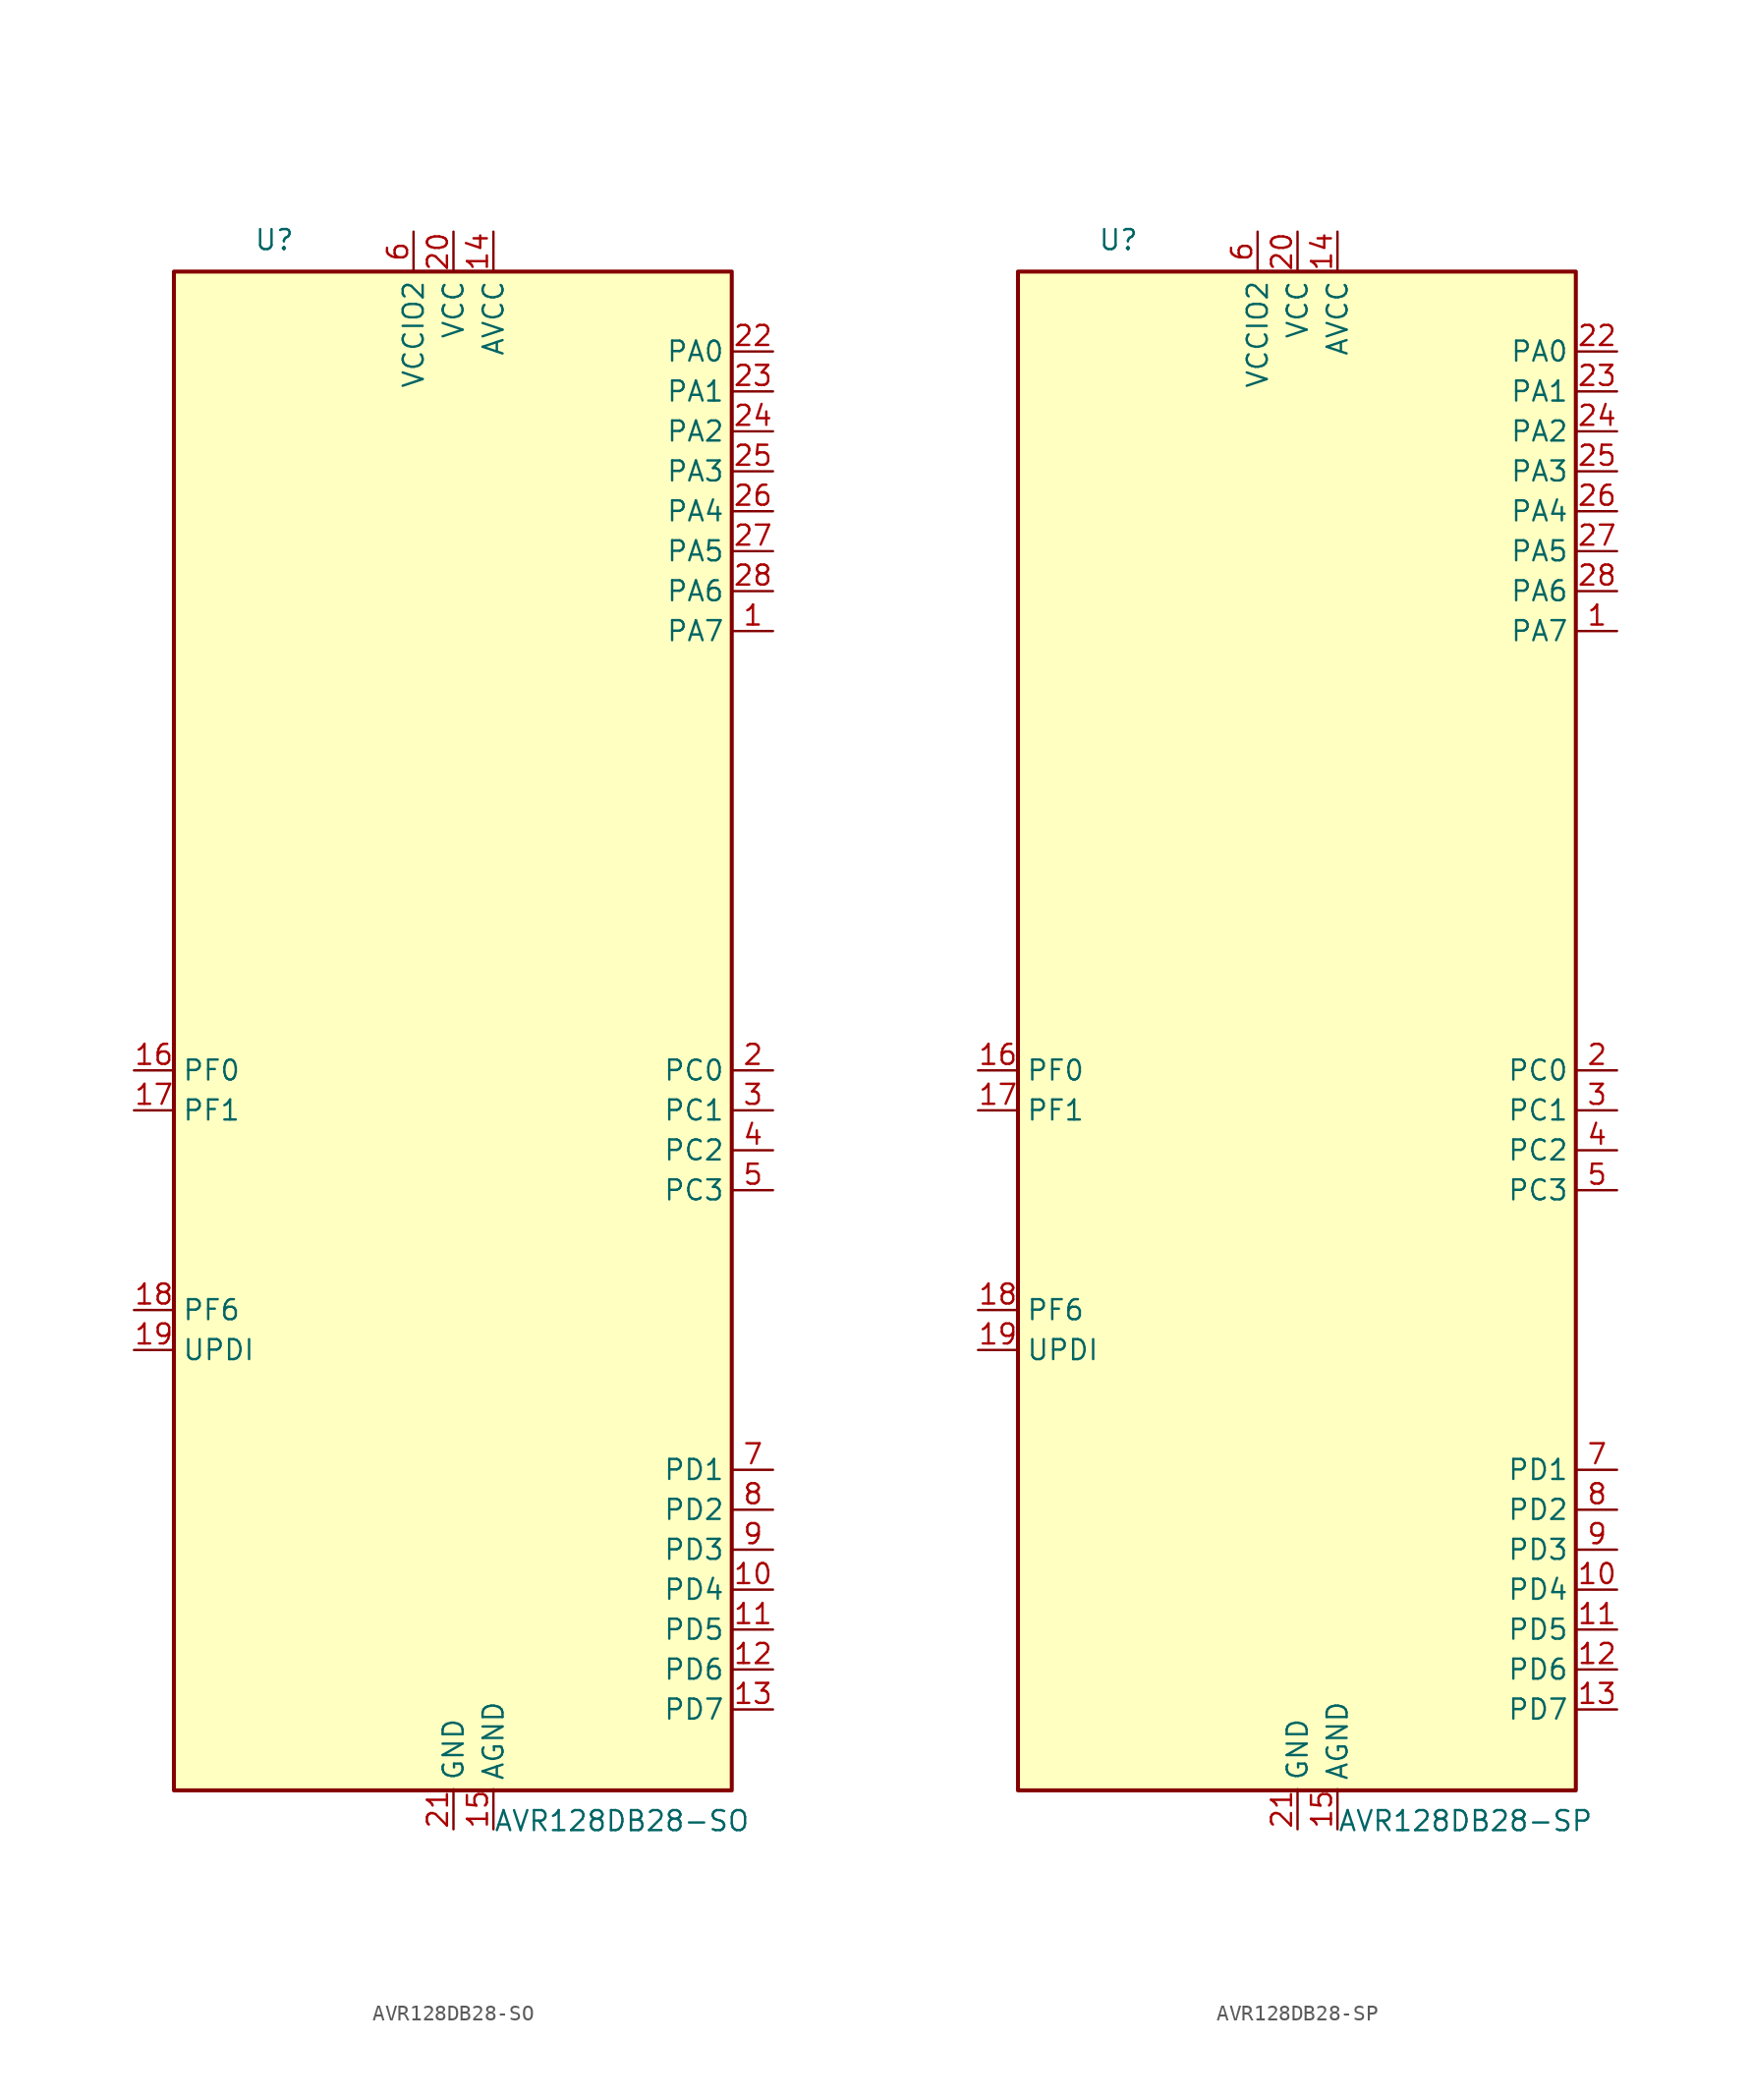
<source format=kicad_sym>
(kicad_symbol_lib
  (version 20211014)
  (generator kicad_symbol_editor)
  (symbol "AVR128DB28-SO"
    (property "Reference" "U"
      (at -12.7 49.53 0)
      (effects (font (size 1.27 1.27)) (justify left bottom)))
    (property "Value" "AVR128DB28-SO"
      (at 2.54 -49.53 0)
      (effects (font (size 1.27 1.27)) (justify left top)))
    (symbol "AVR128DB28-SO_0_1"
      (rectangle (start -17.78 48.26) (end 17.699 -48.327) (stroke (width 0.254) (type default) (color 0 0 0 0)) (fill (type background))))
    (symbol "AVR128DB28-SO_1_1"
      (pin bidirectional line (at 20.32 25.4 180) (length 2.54) (name "PA7" (effects (font (size 1.27 1.27)))) (number "1" (effects (font (size 1.27 1.27)))) (alternate "AC0-OUT" output line) (alternate "AC1-OUT" output line) (alternate "AC2-OUT" output line) (alternate "CLKOUT" output line) (alternate "EVOUTA(1)" output line) (alternate "SPI0-~{SS}" bidirectional line) (alternate "TCD0-WOD" output line) (alternate "USART0-XDIR(1)" output line) (alternate "ZCD0-OUT" output line) (alternate "ZCD1-OUT" output line) (alternate "ZDC2-OUT" output line))
      (pin bidirectional line (at 20.32 -35.56 180) (length 2.54) (name "PD4" (effects (font (size 1.27 1.27)))) (number "10" (effects (font (size 1.27 1.27)))) (alternate "AC1-AINP2" input line) (alternate "AC2-AINP1" input line) (alternate "ADC0-AIN4" input line) (alternate "OP1-INP" input line) (alternate "TCA0-WO4(3)" output line))
      (pin bidirectional line (at 20.32 -38.1 180) (length 2.54) (name "PD5" (effects (font (size 1.27 1.27)))) (number "11" (effects (font (size 1.27 1.27)))) (alternate "AC1-AINN0" input line) (alternate "ADC0-AIN5" input line) (alternate "OP1-OUT" output line) (alternate "TCA0-WO5(3)" output line))
      (pin bidirectional line (at 20.32 -40.64 180) (length 2.54) (name "PD6" (effects (font (size 1.27 1.27)))) (number "12" (effects (font (size 1.27 1.27)))) (alternate "AC0-AINP3" input line) (alternate "AC1-AINP3" input line) (alternate "AC2-AINP3" input line) (alternate "ADC0-AIN6" input line) (alternate "DAC0-OUT" output line) (alternate "LUT2-OUT(1)" output line))
      (pin bidirectional line (at 20.32 -43.18 180) (length 2.54) (name "PD7" (effects (font (size 1.27 1.27)))) (number "13" (effects (font (size 1.27 1.27)))) (alternate "AC0-AINN2" input line) (alternate "AC1-AINN2" input line) (alternate "AC2-AINN0/2" input line) (alternate "ADC0-AIN7" input line) (alternate "EVOUTD(1)" output line) (alternate "OP1-INN" input line) (alternate "VREFA" input line))
      (pin power_in line (at 2.54 50.8 270) (length 2.54) (name "AVCC" (effects (font (size 1.27 1.27)))) (number "14" (effects (font (size 1.27 1.27)))))
      (pin power_in line (at 2.54 -50.8 90) (length 2.54) (name "AGND" (effects (font (size 1.27 1.27)))) (number "15" (effects (font (size 1.27 1.27)))))
      (pin bidirectional line (at -20.32 -2.54 0) (length 2.54) (name "PF0" (effects (font (size 1.27 1.27)))) (number "16" (effects (font (size 1.27 1.27)))) (alternate "ADC0-AIN16(P)" input line) (alternate "LUT3-IN0" input line) (alternate "TCA0-WO0(5)" output line) (alternate "TCD0-WOA(2)" output line) (alternate "USART2-TXD" bidirectional line) (alternate "XTAL32K1" passive line))
      (pin bidirectional line (at -20.32 -5.08 0) (length 2.54) (name "PF1" (effects (font (size 1.27 1.27)))) (number "17" (effects (font (size 1.27 1.27)))) (alternate "ADC0-AIN17(P)" input line) (alternate "LUT3-IN1" input line) (alternate "TCA0-WO1(5)" output line) (alternate "TCD0-WOB(2)" output line) (alternate "USART2-RXD" input line) (alternate "XTAL32K2" passive line))
      (pin input line (at -20.32 -17.78 0) (length 2.54) (name "PF6" (effects (font (size 1.27 1.27)))) (number "18" (effects (font (size 1.27 1.27)))) (alternate "~{RESET}" input line))
      (pin bidirectional line (at -20.32 -20.32 0) (length 2.54) (name "UPDI" (effects (font (size 1.27 1.27)))) (number "19" (effects (font (size 1.27 1.27)))))
      (pin bidirectional line (at 20.32 -2.54 180) (length 2.54) (name "PC0" (effects (font (size 1.27 1.27)))) (number "2" (effects (font (size 1.27 1.27)))) (alternate "LUT1-IN0" input line) (alternate "SPI1-MOSI" bidirectional line) (alternate "TCA0-WO0(2)" output line) (alternate "TCB2-WO" output line) (alternate "USART1-TXD" bidirectional line))
      (pin power_in line (at 0 50.8 270) (length 2.54) (name "VCC" (effects (font (size 1.27 1.27)))) (number "20" (effects (font (size 1.27 1.27)))))
      (pin power_in line (at 0 -50.8 90) (length 2.54) (name "GND" (effects (font (size 1.27 1.27)))) (number "21" (effects (font (size 1.27 1.27)))))
      (pin bidirectional line (at 20.32 43.18 180) (length 2.54) (name "PA0" (effects (font (size 1.27 1.27)))) (number "22" (effects (font (size 1.27 1.27)))) (alternate "EXTCLK" input clock) (alternate "LUT0-IN0" input line) (alternate "TCA0-WO0" output line) (alternate "USART0-TXD" bidirectional line) (alternate "XTALHF1" passive line))
      (pin bidirectional line (at 20.32 40.64 180) (length 2.54) (name "PA1" (effects (font (size 1.27 1.27)))) (number "23" (effects (font (size 1.27 1.27)))) (alternate "LUT0-IN1" input line) (alternate "TCA0-WO1" output line) (alternate "USART0-RXD" input line) (alternate "XTALHF2" passive clock))
      (pin bidirectional line (at 20.32 38.1 180) (length 2.54) (name "PA2" (effects (font (size 1.27 1.27)))) (number "24" (effects (font (size 1.27 1.27)))) (alternate "EVOUTA" output line) (alternate "LUT0-IN2" input line) (alternate "TCA0-WO2" output line) (alternate "TCB0-WO" output line) (alternate "TWI0-SDA(MS)" bidirectional line) (alternate "USART0-XCK" bidirectional line))
      (pin bidirectional line (at 20.32 35.56 180) (length 2.54) (name "PA3" (effects (font (size 1.27 1.27)))) (number "25" (effects (font (size 1.27 1.27)))) (alternate "LUT0-OUT" output line) (alternate "TCA0-WO3" output line) (alternate "TCB1-WO" output line) (alternate "TWI0-SCL(MS)" bidirectional line) (alternate "USART0-XDIR" output line))
      (pin bidirectional line (at 20.32 33.02 180) (length 2.54) (name "PA4" (effects (font (size 1.27 1.27)))) (number "26" (effects (font (size 1.27 1.27)))) (alternate "SPI0-MOSI" bidirectional line) (alternate "TCA0-WO4" output line) (alternate "TCD0-WOA" output line) (alternate "USART0-TXD(1)" bidirectional line))
      (pin bidirectional line (at 20.32 30.48 180) (length 2.54) (name "PA5" (effects (font (size 1.27 1.27)))) (number "27" (effects (font (size 1.27 1.27)))) (alternate "SPI0-MISO" bidirectional line) (alternate "TCA0-WO5" output line) (alternate "TCD0-WOB" output line) (alternate "USART0-RXD(1)" input line))
      (pin bidirectional line (at 20.32 27.94 180) (length 2.54) (name "PA6" (effects (font (size 1.27 1.27)))) (number "28" (effects (font (size 1.27 1.27)))) (alternate "LUT0-OUT(1)" output line) (alternate "SPI0-SCK" bidirectional line) (alternate "TCD0-WOC" output line) (alternate "USART0-XCK(1)" bidirectional line))
      (pin bidirectional line (at 20.32 -5.08 180) (length 2.54) (name "PC1" (effects (font (size 1.27 1.27)))) (number "3" (effects (font (size 1.27 1.27)))) (alternate "LUT1-IN1" input line) (alternate "SPI1-MISO" bidirectional line) (alternate "TCA0-WO1(2)" output line) (alternate "TCB3-WO(1)" output line) (alternate "USART1-RXD" input line))
      (pin bidirectional line (at 20.32 -7.62 180) (length 2.54) (name "PC2" (effects (font (size 1.27 1.27)))) (number "4" (effects (font (size 1.27 1.27)))) (alternate "EVOUTC" output line) (alternate "LUT1-IN2" input line) (alternate "SPI1-SCK" bidirectional line) (alternate "TCA-WO2(2)" output line) (alternate "TWI0-SDA(MS+)(0,2)" bidirectional line) (alternate "USART1-XCK" bidirectional line))
      (pin bidirectional line (at 20.32 -10.16 180) (length 2.54) (name "PC3" (effects (font (size 1.27 1.27)))) (number "5" (effects (font (size 1.27 1.27)))) (alternate "LUT1-OUT" output line) (alternate "SPI1-~{SS}" bidirectional line) (alternate "TCA0-WO3(2)" output line) (alternate "TWI0-SCL(MS)(0,2" bidirectional line) (alternate "USART1-XDIR" output line))
      (pin power_in line (at -2.54 50.8 270) (length 2.54) (name "VCCIO2" (effects (font (size 1.27 1.27)))) (number "6" (effects (font (size 1.27 1.27)))))
      (pin bidirectional line (at 20.32 -27.94 180) (length 2.54) (name "PD1" (effects (font (size 1.27 1.27)))) (number "7" (effects (font (size 1.27 1.27)))) (alternate "ADC0-AIN1" input line) (alternate "LUT2-IN1" input line) (alternate "OP0-INP" input line) (alternate "TCA0-WO1(3)" output line) (alternate "ZCD0-ZCIN" input line))
      (pin bidirectional line (at 20.32 -30.48 180) (length 2.54) (name "PD2" (effects (font (size 1.27 1.27)))) (number "8" (effects (font (size 1.27 1.27)))) (alternate "AC0-AINP0" input line) (alternate "AC1-AINP0" input line) (alternate "AC2-AINP0" input line) (alternate "ADC0-AIN2" input line) (alternate "EVOUTD" output line) (alternate "LUT2-IN2" input line) (alternate "OP0-OUT" output line) (alternate "TCA0-WO2(3)" output line))
      (pin bidirectional line (at 20.32 -33.02 180) (length 2.54) (name "PD3" (effects (font (size 1.27 1.27)))) (number "9" (effects (font (size 1.27 1.27)))) (alternate "AC0-AINN0" input line) (alternate "AC1-AINP1" input line) (alternate "ADC0-AIN3" input line) (alternate "LUT2-OUT" output line) (alternate "OP0-INN" input line) (alternate "TCA0-WO3(3)" output line))))
  (symbol "AVR128DB28-SP"
    (property "Reference" "U"
      (at -12.7 49.53 0)
      (effects (font (size 1.27 1.27)) (justify left bottom)))
    (property "Value" "AVR128DB28-SP"
      (at 2.54 -49.53 0)
      (effects (font (size 1.27 1.27)) (justify left top)))
    (symbol "AVR128DB28-SP_0_1"
      (rectangle (start -17.78 48.26) (end 17.699 -48.327) (stroke (width 0.254) (type default) (color 0 0 0 0)) (fill (type background))))
    (symbol "AVR128DB28-SP_1_1"
      (pin bidirectional line (at 20.32 25.4 180) (length 2.54) (name "PA7" (effects (font (size 1.27 1.27)))) (number "1" (effects (font (size 1.27 1.27)))) (alternate "AC0-OUT" output line) (alternate "AC1-OUT" output line) (alternate "AC2-OUT" output line) (alternate "CLKOUT" output line) (alternate "EVOUTA(1)" output line) (alternate "SPI0-~{SS}" bidirectional line) (alternate "TCD0-WOD" output line) (alternate "USART0-XDIR(1)" output line) (alternate "ZCD0-OUT" output line) (alternate "ZCD1-OUT" output line) (alternate "ZDC2-OUT" output line))
      (pin bidirectional line (at 20.32 -35.56 180) (length 2.54) (name "PD4" (effects (font (size 1.27 1.27)))) (number "10" (effects (font (size 1.27 1.27)))) (alternate "AC1-AINP2" input line) (alternate "AC2-AINP1" input line) (alternate "ADC0-AIN4" input line) (alternate "OP1-INP" input line) (alternate "TCA0-WO4(3)" output line))
      (pin bidirectional line (at 20.32 -38.1 180) (length 2.54) (name "PD5" (effects (font (size 1.27 1.27)))) (number "11" (effects (font (size 1.27 1.27)))) (alternate "AC1-AINN0" input line) (alternate "ADC0-AIN5" input line) (alternate "OP1-OUT" output line) (alternate "TCA0-WO5(3)" output line))
      (pin bidirectional line (at 20.32 -40.64 180) (length 2.54) (name "PD6" (effects (font (size 1.27 1.27)))) (number "12" (effects (font (size 1.27 1.27)))) (alternate "AC0-AINP3" input line) (alternate "AC1-AINP3" input line) (alternate "AC2-AINP3" input line) (alternate "ADC0-AIN6" input line) (alternate "DAC0-OUT" output line) (alternate "LUT2-OUT(1)" output line))
      (pin bidirectional line (at 20.32 -43.18 180) (length 2.54) (name "PD7" (effects (font (size 1.27 1.27)))) (number "13" (effects (font (size 1.27 1.27)))) (alternate "AC0-AINN2" input line) (alternate "AC1-AINN2" input line) (alternate "AC2-AINN0/2" input line) (alternate "ADC0-AIN7" input line) (alternate "EVOUTD(1)" output line) (alternate "OP1-INN" input line) (alternate "VREFA" input line))
      (pin power_in line (at 2.54 50.8 270) (length 2.54) (name "AVCC" (effects (font (size 1.27 1.27)))) (number "14" (effects (font (size 1.27 1.27)))))
      (pin power_in line (at 2.54 -50.8 90) (length 2.54) (name "AGND" (effects (font (size 1.27 1.27)))) (number "15" (effects (font (size 1.27 1.27)))))
      (pin bidirectional line (at -20.32 -2.54 0) (length 2.54) (name "PF0" (effects (font (size 1.27 1.27)))) (number "16" (effects (font (size 1.27 1.27)))) (alternate "ADC0-AIN16(P)" input line) (alternate "LUT3-IN0" input line) (alternate "TCA0-WO0(5)" output line) (alternate "TCD0-WOA(2)" output line) (alternate "USART2-TXD" bidirectional line) (alternate "XTAL32K1" passive line))
      (pin bidirectional line (at -20.32 -5.08 0) (length 2.54) (name "PF1" (effects (font (size 1.27 1.27)))) (number "17" (effects (font (size 1.27 1.27)))) (alternate "ADC0-AIN17(P)" input line) (alternate "LUT3-IN1" input line) (alternate "TCA0-WO1(5)" output line) (alternate "TCD0-WOB(2)" output line) (alternate "USART2-RXD" input line) (alternate "XTAL32K2" passive line))
      (pin input line (at -20.32 -17.78 0) (length 2.54) (name "PF6" (effects (font (size 1.27 1.27)))) (number "18" (effects (font (size 1.27 1.27)))) (alternate "~{RESET}" input line))
      (pin bidirectional line (at -20.32 -20.32 0) (length 2.54) (name "UPDI" (effects (font (size 1.27 1.27)))) (number "19" (effects (font (size 1.27 1.27)))))
      (pin bidirectional line (at 20.32 -2.54 180) (length 2.54) (name "PC0" (effects (font (size 1.27 1.27)))) (number "2" (effects (font (size 1.27 1.27)))) (alternate "LUT1-IN0" input line) (alternate "SPI1-MOSI" bidirectional line) (alternate "TCA0-WO0(2)" output line) (alternate "TCB2-WO" output line) (alternate "USART1-TXD" bidirectional line))
      (pin power_in line (at 0 50.8 270) (length 2.54) (name "VCC" (effects (font (size 1.27 1.27)))) (number "20" (effects (font (size 1.27 1.27)))))
      (pin power_in line (at 0 -50.8 90) (length 2.54) (name "GND" (effects (font (size 1.27 1.27)))) (number "21" (effects (font (size 1.27 1.27)))))
      (pin bidirectional line (at 20.32 43.18 180) (length 2.54) (name "PA0" (effects (font (size 1.27 1.27)))) (number "22" (effects (font (size 1.27 1.27)))) (alternate "EXTCLK" input clock) (alternate "LUT0-IN0" input line) (alternate "TCA0-WO0" output line) (alternate "USART0-TXD" bidirectional line) (alternate "XTALHF1" passive line))
      (pin bidirectional line (at 20.32 40.64 180) (length 2.54) (name "PA1" (effects (font (size 1.27 1.27)))) (number "23" (effects (font (size 1.27 1.27)))) (alternate "LUT0-IN1" input line) (alternate "TCA0-WO1" output line) (alternate "USART0-RXD" input line) (alternate "XTALHF2" passive clock))
      (pin bidirectional line (at 20.32 38.1 180) (length 2.54) (name "PA2" (effects (font (size 1.27 1.27)))) (number "24" (effects (font (size 1.27 1.27)))) (alternate "EVOUTA" output line) (alternate "LUT0-IN2" input line) (alternate "TCA0-WO2" output line) (alternate "TCB0-WO" output line) (alternate "TWI0-SDA(MS)" bidirectional line) (alternate "USART0-XCK" bidirectional line))
      (pin bidirectional line (at 20.32 35.56 180) (length 2.54) (name "PA3" (effects (font (size 1.27 1.27)))) (number "25" (effects (font (size 1.27 1.27)))) (alternate "LUT0-OUT" output line) (alternate "TCA0-WO3" output line) (alternate "TCB1-WO" output line) (alternate "TWI0-SCL(MS)" bidirectional line) (alternate "USART0-XDIR" output line))
      (pin bidirectional line (at 20.32 33.02 180) (length 2.54) (name "PA4" (effects (font (size 1.27 1.27)))) (number "26" (effects (font (size 1.27 1.27)))) (alternate "SPI0-MOSI" bidirectional line) (alternate "TCA0-WO4" output line) (alternate "TCD0-WOA" output line) (alternate "USART0-TXD(1)" bidirectional line))
      (pin bidirectional line (at 20.32 30.48 180) (length 2.54) (name "PA5" (effects (font (size 1.27 1.27)))) (number "27" (effects (font (size 1.27 1.27)))) (alternate "SPI0-MISO" bidirectional line) (alternate "TCA0-WO5" output line) (alternate "TCD0-WOB" output line) (alternate "USART0-RXD(1)" input line))
      (pin bidirectional line (at 20.32 27.94 180) (length 2.54) (name "PA6" (effects (font (size 1.27 1.27)))) (number "28" (effects (font (size 1.27 1.27)))) (alternate "LUT0-OUT(1)" output line) (alternate "SPI0-SCK" bidirectional line) (alternate "TCD0-WOC" output line) (alternate "USART0-XCK(1)" bidirectional line))
      (pin bidirectional line (at 20.32 -5.08 180) (length 2.54) (name "PC1" (effects (font (size 1.27 1.27)))) (number "3" (effects (font (size 1.27 1.27)))) (alternate "LUT1-IN1" input line) (alternate "SPI1-MISO" bidirectional line) (alternate "TCA0-WO1(2)" output line) (alternate "TCB3-WO(1)" output line) (alternate "USART1-RXD" input line))
      (pin bidirectional line (at 20.32 -7.62 180) (length 2.54) (name "PC2" (effects (font (size 1.27 1.27)))) (number "4" (effects (font (size 1.27 1.27)))) (alternate "EVOUTC" output line) (alternate "LUT1-IN2" input line) (alternate "SPI1-SCK" bidirectional line) (alternate "TCA-WO2(2)" output line) (alternate "TWI0-SDA(MS+)(0,2)" bidirectional line) (alternate "USART1-XCK" bidirectional line))
      (pin bidirectional line (at 20.32 -10.16 180) (length 2.54) (name "PC3" (effects (font (size 1.27 1.27)))) (number "5" (effects (font (size 1.27 1.27)))) (alternate "LUT1-OUT" output line) (alternate "SPI1-~{SS}" bidirectional line) (alternate "TCA0-WO3(2)" output line) (alternate "TWI0-SCL(MS)(0,2" bidirectional line) (alternate "USART1-XDIR" output line))
      (pin power_in line (at -2.54 50.8 270) (length 2.54) (name "VCCIO2" (effects (font (size 1.27 1.27)))) (number "6" (effects (font (size 1.27 1.27)))))
      (pin bidirectional line (at 20.32 -27.94 180) (length 2.54) (name "PD1" (effects (font (size 1.27 1.27)))) (number "7" (effects (font (size 1.27 1.27)))) (alternate "ADC0-AIN1" input line) (alternate "LUT2-IN1" input line) (alternate "OP0-INP" input line) (alternate "TCA0-WO1(3)" output line) (alternate "ZCD0-ZCIN" input line))
      (pin bidirectional line (at 20.32 -30.48 180) (length 2.54) (name "PD2" (effects (font (size 1.27 1.27)))) (number "8" (effects (font (size 1.27 1.27)))) (alternate "AC0-AINP0" input line) (alternate "AC1-AINP0" input line) (alternate "AC2-AINP0" input line) (alternate "ADC0-AIN2" input line) (alternate "EVOUTD" output line) (alternate "LUT2-IN2" input line) (alternate "OP0-OUT" output line) (alternate "TCA0-WO2(3)" output line))
      (pin bidirectional line (at 20.32 -33.02 180) (length 2.54) (name "PD3" (effects (font (size 1.27 1.27)))) (number "9" (effects (font (size 1.27 1.27)))) (alternate "AC0-AINN0" input line) (alternate "AC1-AINP1" input line) (alternate "ADC0-AIN3" input line) (alternate "LUT2-OUT" output line) (alternate "OP0-INN" input line) (alternate "TCA0-WO3(3)" output line)))))
</source>
